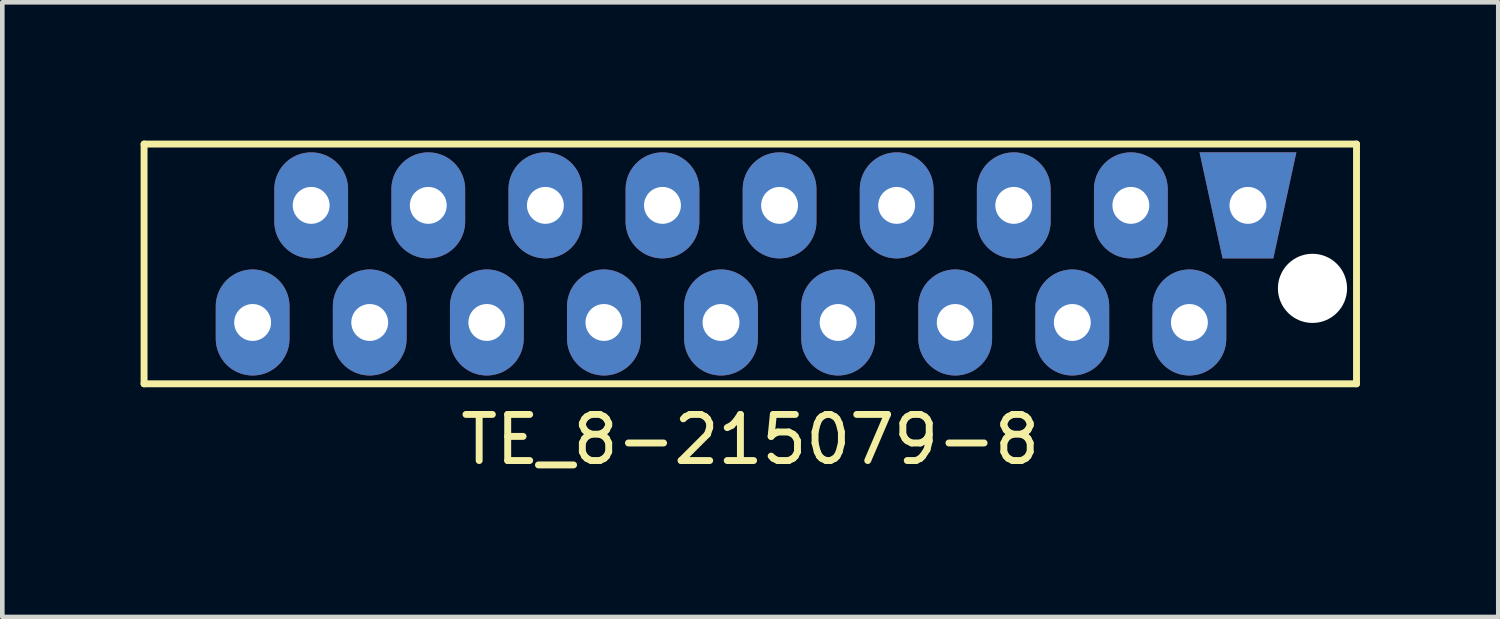
<source format=kicad_pcb>
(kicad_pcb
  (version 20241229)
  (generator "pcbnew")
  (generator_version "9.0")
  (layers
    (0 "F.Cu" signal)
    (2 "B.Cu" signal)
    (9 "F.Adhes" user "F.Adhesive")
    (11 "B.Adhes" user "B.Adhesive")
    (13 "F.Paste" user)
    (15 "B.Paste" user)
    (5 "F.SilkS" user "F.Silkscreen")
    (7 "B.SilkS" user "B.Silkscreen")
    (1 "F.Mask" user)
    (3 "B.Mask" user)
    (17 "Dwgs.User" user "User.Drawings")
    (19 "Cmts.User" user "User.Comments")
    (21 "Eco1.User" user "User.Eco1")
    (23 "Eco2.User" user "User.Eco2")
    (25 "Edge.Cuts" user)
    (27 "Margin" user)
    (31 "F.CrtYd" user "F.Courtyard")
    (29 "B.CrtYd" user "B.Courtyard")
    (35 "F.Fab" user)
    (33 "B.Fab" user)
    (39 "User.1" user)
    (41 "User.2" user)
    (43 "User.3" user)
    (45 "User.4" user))
  (footprint "TE_8-215079-8"
    (layer "F.Cu")
    (at 24.02 1.405)
    (property "Reference" "TE_8-215079-8" (at -10.795 5.08 0) (layer "F.SilkS") (effects (font (size 1 1) (thickness 0.15))))
    (attr through_hole)
    (fp_line (start -23.945 -1.33) (end 2.355 -1.33) (stroke (width 0.15) (type solid)) (layer "F.SilkS"))
    (fp_line (start -23.945 3.87) (end -23.945 -1.33) (stroke (width 0.15) (type solid)) (layer "F.SilkS"))
    (fp_line (start 2.355 -1.33) (end 2.355 3.87) (stroke (width 0.15) (type solid)) (layer "F.SilkS"))
    (fp_line (start 2.355 3.87) (end -23.945 3.87) (stroke (width 0.15) (type solid)) (layer "F.SilkS"))
    (pad "" np_thru_hole circle (at 1.4 1.8) (size 1.5 1.5) (drill 1.5) (layers "*.Cu" "*.Mask"))
    (pad "1" thru_hole trapezoid (at 0 0) (size 1.6 2.3) (rect_delta 0 -0.5) (drill 0.8) (layers "*.Cu" "*.Mask"))
    (pad "2" thru_hole oval (at -1.27 2.54) (size 1.6 2.3) (drill 0.8) (layers "*.Cu" "*.Mask"))
    (pad "3" thru_hole oval (at -2.54 0) (size 1.6 2.3) (drill 0.8) (layers "*.Cu" "*.Mask"))
    (pad "4" thru_hole oval (at -3.81 2.54) (size 1.6 2.3) (drill 0.8) (layers "*.Cu" "*.Mask"))
    (pad "5" thru_hole oval (at -5.08 0) (size 1.6 2.3) (drill 0.8) (layers "*.Cu" "*.Mask"))
    (pad "6" thru_hole oval (at -6.35 2.54) (size 1.6 2.3) (drill 0.8) (layers "*.Cu" "*.Mask"))
    (pad "7" thru_hole oval (at -7.62 0) (size 1.6 2.3) (drill 0.8) (layers "*.Cu" "*.Mask"))
    (pad "8" thru_hole oval (at -8.89 2.54) (size 1.6 2.3) (drill 0.8) (layers "*.Cu" "*.Mask"))
    (pad "9" thru_hole oval (at -10.16 0) (size 1.6 2.3) (drill 0.8) (layers "*.Cu" "*.Mask"))
    (pad "10" thru_hole oval (at -11.43 2.54) (size 1.6 2.3) (drill 0.8) (layers "*.Cu" "*.Mask"))
    (pad "11" thru_hole oval (at -12.7 0) (size 1.6 2.3) (drill 0.8) (layers "*.Cu" "*.Mask"))
    (pad "12" thru_hole oval (at -13.97 2.54) (size 1.6 2.3) (drill 0.8) (layers "*.Cu" "*.Mask"))
    (pad "13" thru_hole oval (at -15.24 0) (size 1.6 2.3) (drill 0.8) (layers "*.Cu" "*.Mask"))
    (pad "14" thru_hole oval (at -16.51 2.54) (size 1.6 2.3) (drill 0.8) (layers "*.Cu" "*.Mask"))
    (pad "15" thru_hole oval (at -17.78 0) (size 1.6 2.3) (drill 0.8) (layers "*.Cu" "*.Mask"))
    (pad "16" thru_hole oval (at -19.05 2.54) (size 1.6 2.3) (drill 0.8) (layers "*.Cu" "*.Mask"))
    (pad "17" thru_hole oval (at -20.32 0) (size 1.6 2.3) (drill 0.8) (layers "*.Cu" "*.Mask"))
    (pad "18" thru_hole oval (at -21.59 2.54) (size 1.6 2.3) (drill 0.8) (layers "*.Cu" "*.Mask")))
  (gr_rect
    (start -3 -3)
    (end 29.45 10.333)
    (stroke (width 0.1) (type default))
    (fill no)
    (layer "Edge.Cuts")))
</source>
